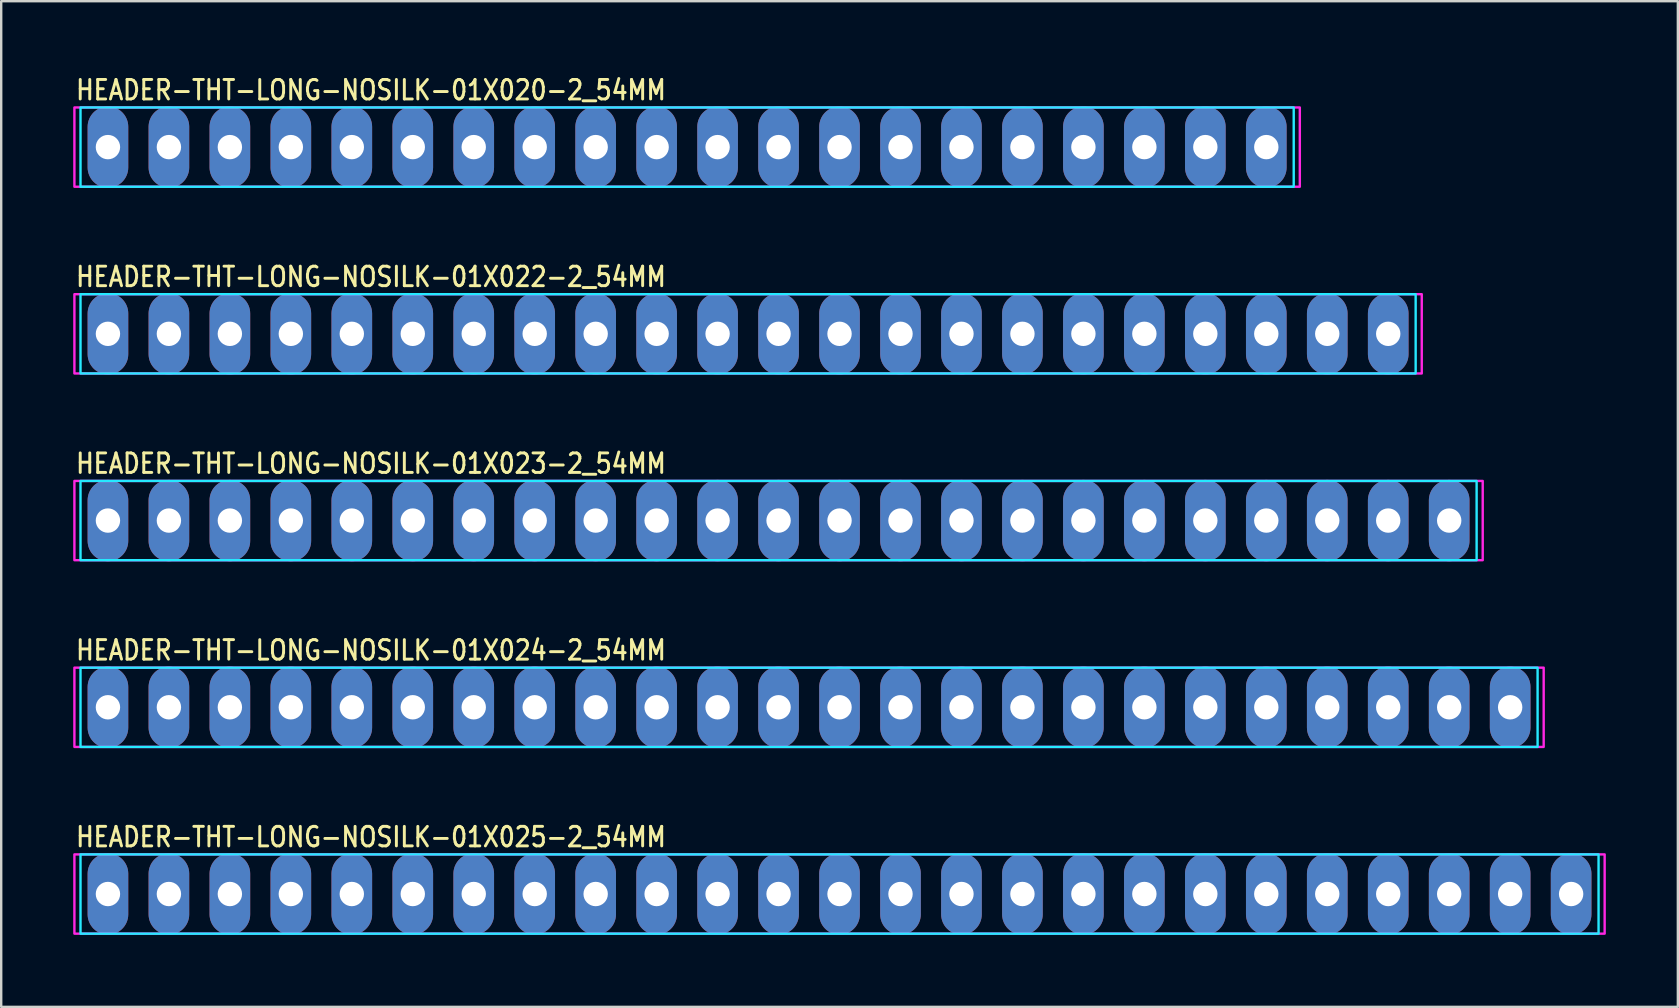
<source format=kicad_pcb>
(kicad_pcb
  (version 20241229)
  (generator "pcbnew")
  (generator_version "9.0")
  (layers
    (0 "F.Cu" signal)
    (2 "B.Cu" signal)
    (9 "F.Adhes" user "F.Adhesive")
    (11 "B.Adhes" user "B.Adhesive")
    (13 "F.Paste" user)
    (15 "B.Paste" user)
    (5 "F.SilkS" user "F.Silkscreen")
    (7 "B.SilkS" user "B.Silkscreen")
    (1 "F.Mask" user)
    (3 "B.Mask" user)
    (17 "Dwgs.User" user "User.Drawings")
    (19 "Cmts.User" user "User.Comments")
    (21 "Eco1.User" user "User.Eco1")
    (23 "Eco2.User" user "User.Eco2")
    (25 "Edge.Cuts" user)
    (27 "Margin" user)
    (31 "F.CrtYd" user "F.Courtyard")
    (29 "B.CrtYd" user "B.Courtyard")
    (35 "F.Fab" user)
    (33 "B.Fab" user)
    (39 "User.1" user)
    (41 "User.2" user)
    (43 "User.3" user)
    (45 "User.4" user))
  (footprint "HEADER-THT-LONG-NOSILK-01X023-2_54MM"
    (layer "F.Cu")
    (at 1.447 18.638)
    (property "Reference" "HEADER-THT-LONG-NOSILK-01X023-2_54MM" (at -1.4 -1.9 0) (unlocked yes) (layer "F.SilkS") (effects (font (size 0.813 0.695) (thickness 0.122)) (justify left bottom)))
    (fp_poly (pts (xy -1.143 -1.651) (xy 57.023 -1.651) (xy 57.023 1.651) (xy -1.143 1.651)) (stroke (width 0.1) (type solid)) (fill no) (layer "B.CrtYd"))
    (fp_poly (pts (xy -1.397 -1.651) (xy 57.277 -1.651) (xy 57.277 1.651) (xy -1.397 1.651)) (stroke (width 0.1) (type solid)) (fill no) (layer "F.CrtYd"))
    (pad "P$1" thru_hole oval (at 0 0 90) (size 3.387 1.693) (drill 1.016) (layers "*.Cu" "*.Mask"))
    (pad "P$2" thru_hole oval (at 2.54 0 90) (size 3.387 1.693) (drill 1.016) (layers "*.Cu" "*.Mask"))
    (pad "P$3" thru_hole oval (at 5.08 0 90) (size 3.387 1.693) (drill 1.016) (layers "*.Cu" "*.Mask"))
    (pad "P$4" thru_hole oval (at 7.62 0 90) (size 3.387 1.693) (drill 1.016) (layers "*.Cu" "*.Mask"))
    (pad "P$5" thru_hole oval (at 10.16 0 90) (size 3.387 1.693) (drill 1.016) (layers "*.Cu" "*.Mask"))
    (pad "P$6" thru_hole oval (at 12.7 0 90) (size 3.387 1.693) (drill 1.016) (layers "*.Cu" "*.Mask"))
    (pad "P$7" thru_hole oval (at 15.24 0 90) (size 3.387 1.693) (drill 1.016) (layers "*.Cu" "*.Mask"))
    (pad "P$8" thru_hole oval (at 17.78 0 90) (size 3.387 1.693) (drill 1.016) (layers "*.Cu" "*.Mask"))
    (pad "P$9" thru_hole oval (at 20.32 0 90) (size 3.387 1.693) (drill 1.016) (layers "*.Cu" "*.Mask"))
    (pad "P$10" thru_hole oval (at 22.86 0 90) (size 3.387 1.693) (drill 1.016) (layers "*.Cu" "*.Mask"))
    (pad "P$11" thru_hole oval (at 25.4 0 90) (size 3.387 1.693) (drill 1.016) (layers "*.Cu" "*.Mask"))
    (pad "P$12" thru_hole oval (at 27.94 0 90) (size 3.387 1.693) (drill 1.016) (layers "*.Cu" "*.Mask"))
    (pad "P$13" thru_hole oval (at 30.48 0 90) (size 3.387 1.693) (drill 1.016) (layers "*.Cu" "*.Mask"))
    (pad "P$14" thru_hole oval (at 33.02 0 90) (size 3.387 1.693) (drill 1.016) (layers "*.Cu" "*.Mask"))
    (pad "P$15" thru_hole oval (at 35.56 0 90) (size 3.387 1.693) (drill 1.016) (layers "*.Cu" "*.Mask"))
    (pad "P$16" thru_hole oval (at 38.1 0 90) (size 3.387 1.693) (drill 1.016) (layers "*.Cu" "*.Mask"))
    (pad "P$17" thru_hole oval (at 40.64 0 90) (size 3.387 1.693) (drill 1.016) (layers "*.Cu" "*.Mask"))
    (pad "P$18" thru_hole oval (at 43.18 0 90) (size 3.387 1.693) (drill 1.016) (layers "*.Cu" "*.Mask"))
    (pad "P$19" thru_hole oval (at 45.72 0 90) (size 3.387 1.693) (drill 1.016) (layers "*.Cu" "*.Mask"))
    (pad "P$20" thru_hole oval (at 48.26 0 90) (size 3.387 1.693) (drill 1.016) (layers "*.Cu" "*.Mask"))
    (pad "P$21" thru_hole oval (at 50.8 0 90) (size 3.387 1.693) (drill 1.016) (layers "*.Cu" "*.Mask"))
    (pad "P$22" thru_hole oval (at 53.34 0 90) (size 3.387 1.693) (drill 1.016) (layers "*.Cu" "*.Mask"))
    (pad "P$23" thru_hole oval (at 55.88 0 90) (size 3.387 1.693) (drill 1.016) (layers "*.Cu" "*.Mask")))
  (footprint "HEADER-THT-LONG-NOSILK-01X022-2_54MM"
    (layer "F.Cu")
    (at 1.447 10.858)
    (property "Reference" "HEADER-THT-LONG-NOSILK-01X022-2_54MM" (at -1.4 -1.9 0) (unlocked yes) (layer "F.SilkS") (effects (font (size 0.813 0.695) (thickness 0.122)) (justify left bottom)))
    (fp_poly (pts (xy -1.143 -1.651) (xy 54.483 -1.651) (xy 54.483 1.651) (xy -1.143 1.651)) (stroke (width 0.1) (type solid)) (fill no) (layer "B.CrtYd"))
    (fp_poly (pts (xy -1.397 -1.651) (xy 54.737 -1.651) (xy 54.737 1.651) (xy -1.397 1.651)) (stroke (width 0.1) (type solid)) (fill no) (layer "F.CrtYd"))
    (pad "P$1" thru_hole oval (at 0 0 90) (size 3.387 1.693) (drill 1.016) (layers "*.Cu" "*.Mask"))
    (pad "P$2" thru_hole oval (at 2.54 0 90) (size 3.387 1.693) (drill 1.016) (layers "*.Cu" "*.Mask"))
    (pad "P$3" thru_hole oval (at 5.08 0 90) (size 3.387 1.693) (drill 1.016) (layers "*.Cu" "*.Mask"))
    (pad "P$4" thru_hole oval (at 7.62 0 90) (size 3.387 1.693) (drill 1.016) (layers "*.Cu" "*.Mask"))
    (pad "P$5" thru_hole oval (at 10.16 0 90) (size 3.387 1.693) (drill 1.016) (layers "*.Cu" "*.Mask"))
    (pad "P$6" thru_hole oval (at 12.7 0 90) (size 3.387 1.693) (drill 1.016) (layers "*.Cu" "*.Mask"))
    (pad "P$7" thru_hole oval (at 15.24 0 90) (size 3.387 1.693) (drill 1.016) (layers "*.Cu" "*.Mask"))
    (pad "P$8" thru_hole oval (at 17.78 0 90) (size 3.387 1.693) (drill 1.016) (layers "*.Cu" "*.Mask"))
    (pad "P$9" thru_hole oval (at 20.32 0 90) (size 3.387 1.693) (drill 1.016) (layers "*.Cu" "*.Mask"))
    (pad "P$10" thru_hole oval (at 22.86 0 90) (size 3.387 1.693) (drill 1.016) (layers "*.Cu" "*.Mask"))
    (pad "P$11" thru_hole oval (at 25.4 0 90) (size 3.387 1.693) (drill 1.016) (layers "*.Cu" "*.Mask"))
    (pad "P$12" thru_hole oval (at 27.94 0 90) (size 3.387 1.693) (drill 1.016) (layers "*.Cu" "*.Mask"))
    (pad "P$13" thru_hole oval (at 30.48 0 90) (size 3.387 1.693) (drill 1.016) (layers "*.Cu" "*.Mask"))
    (pad "P$14" thru_hole oval (at 33.02 0 90) (size 3.387 1.693) (drill 1.016) (layers "*.Cu" "*.Mask"))
    (pad "P$15" thru_hole oval (at 35.56 0 90) (size 3.387 1.693) (drill 1.016) (layers "*.Cu" "*.Mask"))
    (pad "P$16" thru_hole oval (at 38.1 0 90) (size 3.387 1.693) (drill 1.016) (layers "*.Cu" "*.Mask"))
    (pad "P$17" thru_hole oval (at 40.64 0 90) (size 3.387 1.693) (drill 1.016) (layers "*.Cu" "*.Mask"))
    (pad "P$18" thru_hole oval (at 43.18 0 90) (size 3.387 1.693) (drill 1.016) (layers "*.Cu" "*.Mask"))
    (pad "P$19" thru_hole oval (at 45.72 0 90) (size 3.387 1.693) (drill 1.016) (layers "*.Cu" "*.Mask"))
    (pad "P$20" thru_hole oval (at 48.26 0 90) (size 3.387 1.693) (drill 1.016) (layers "*.Cu" "*.Mask"))
    (pad "P$21" thru_hole oval (at 50.8 0 90) (size 3.387 1.693) (drill 1.016) (layers "*.Cu" "*.Mask"))
    (pad "P$22" thru_hole oval (at 53.34 0 90) (size 3.387 1.693) (drill 1.016) (layers "*.Cu" "*.Mask")))
  (footprint "HEADER-THT-LONG-NOSILK-01X020-2_54MM"
    (layer "F.Cu")
    (at 1.447 3.079)
    (property "Reference" "HEADER-THT-LONG-NOSILK-01X020-2_54MM" (at -1.4 -1.9 0) (unlocked yes) (layer "F.SilkS") (effects (font (size 0.813 0.695) (thickness 0.122)) (justify left bottom)))
    (fp_poly (pts (xy -1.143 -1.651) (xy 49.403 -1.651) (xy 49.403 1.651) (xy -1.143 1.651)) (stroke (width 0.1) (type solid)) (fill no) (layer "B.CrtYd"))
    (fp_poly (pts (xy -1.397 -1.651) (xy 49.657 -1.651) (xy 49.657 1.651) (xy -1.397 1.651)) (stroke (width 0.1) (type solid)) (fill no) (layer "F.CrtYd"))
    (pad "P$1" thru_hole oval (at 0 0 90) (size 3.387 1.693) (drill 1.016) (layers "*.Cu" "*.Mask"))
    (pad "P$2" thru_hole oval (at 2.54 0 90) (size 3.387 1.693) (drill 1.016) (layers "*.Cu" "*.Mask"))
    (pad "P$3" thru_hole oval (at 5.08 0 90) (size 3.387 1.693) (drill 1.016) (layers "*.Cu" "*.Mask"))
    (pad "P$4" thru_hole oval (at 7.62 0 90) (size 3.387 1.693) (drill 1.016) (layers "*.Cu" "*.Mask"))
    (pad "P$5" thru_hole oval (at 10.16 0 90) (size 3.387 1.693) (drill 1.016) (layers "*.Cu" "*.Mask"))
    (pad "P$6" thru_hole oval (at 12.7 0 90) (size 3.387 1.693) (drill 1.016) (layers "*.Cu" "*.Mask"))
    (pad "P$7" thru_hole oval (at 15.24 0 90) (size 3.387 1.693) (drill 1.016) (layers "*.Cu" "*.Mask"))
    (pad "P$8" thru_hole oval (at 17.78 0 90) (size 3.387 1.693) (drill 1.016) (layers "*.Cu" "*.Mask"))
    (pad "P$9" thru_hole oval (at 20.32 0 90) (size 3.387 1.693) (drill 1.016) (layers "*.Cu" "*.Mask"))
    (pad "P$10" thru_hole oval (at 22.86 0 90) (size 3.387 1.693) (drill 1.016) (layers "*.Cu" "*.Mask"))
    (pad "P$11" thru_hole oval (at 25.4 0 90) (size 3.387 1.693) (drill 1.016) (layers "*.Cu" "*.Mask"))
    (pad "P$12" thru_hole oval (at 27.94 0 90) (size 3.387 1.693) (drill 1.016) (layers "*.Cu" "*.Mask"))
    (pad "P$13" thru_hole oval (at 30.48 0 90) (size 3.387 1.693) (drill 1.016) (layers "*.Cu" "*.Mask"))
    (pad "P$14" thru_hole oval (at 33.02 0 90) (size 3.387 1.693) (drill 1.016) (layers "*.Cu" "*.Mask"))
    (pad "P$15" thru_hole oval (at 35.56 0 90) (size 3.387 1.693) (drill 1.016) (layers "*.Cu" "*.Mask"))
    (pad "P$16" thru_hole oval (at 38.1 0 90) (size 3.387 1.693) (drill 1.016) (layers "*.Cu" "*.Mask"))
    (pad "P$17" thru_hole oval (at 40.64 0 90) (size 3.387 1.693) (drill 1.016) (layers "*.Cu" "*.Mask"))
    (pad "P$18" thru_hole oval (at 43.18 0 90) (size 3.387 1.693) (drill 1.016) (layers "*.Cu" "*.Mask"))
    (pad "P$19" thru_hole oval (at 45.72 0 90) (size 3.387 1.693) (drill 1.016) (layers "*.Cu" "*.Mask"))
    (pad "P$20" thru_hole oval (at 48.26 0 90) (size 3.387 1.693) (drill 1.016) (layers "*.Cu" "*.Mask")))
  (footprint "HEADER-THT-LONG-NOSILK-01X024-2_54MM"
    (layer "F.Cu")
    (at 1.447 26.417)
    (property "Reference" "HEADER-THT-LONG-NOSILK-01X024-2_54MM" (at -1.4 -1.9 0) (unlocked yes) (layer "F.SilkS") (effects (font (size 0.813 0.695) (thickness 0.122)) (justify left bottom)))
    (fp_poly (pts (xy -1.143 -1.651) (xy 59.563 -1.651) (xy 59.563 1.651) (xy -1.143 1.651)) (stroke (width 0.1) (type solid)) (fill no) (layer "B.CrtYd"))
    (fp_poly (pts (xy -1.397 -1.651) (xy 59.817 -1.651) (xy 59.817 1.651) (xy -1.397 1.651)) (stroke (width 0.1) (type solid)) (fill no) (layer "F.CrtYd"))
    (pad "P$1" thru_hole oval (at 0 0 90) (size 3.387 1.693) (drill 1.016) (layers "*.Cu" "*.Mask"))
    (pad "P$2" thru_hole oval (at 2.54 0 90) (size 3.387 1.693) (drill 1.016) (layers "*.Cu" "*.Mask"))
    (pad "P$3" thru_hole oval (at 5.08 0 90) (size 3.387 1.693) (drill 1.016) (layers "*.Cu" "*.Mask"))
    (pad "P$4" thru_hole oval (at 7.62 0 90) (size 3.387 1.693) (drill 1.016) (layers "*.Cu" "*.Mask"))
    (pad "P$5" thru_hole oval (at 10.16 0 90) (size 3.387 1.693) (drill 1.016) (layers "*.Cu" "*.Mask"))
    (pad "P$6" thru_hole oval (at 12.7 0 90) (size 3.387 1.693) (drill 1.016) (layers "*.Cu" "*.Mask"))
    (pad "P$7" thru_hole oval (at 15.24 0 90) (size 3.387 1.693) (drill 1.016) (layers "*.Cu" "*.Mask"))
    (pad "P$8" thru_hole oval (at 17.78 0 90) (size 3.387 1.693) (drill 1.016) (layers "*.Cu" "*.Mask"))
    (pad "P$9" thru_hole oval (at 20.32 0 90) (size 3.387 1.693) (drill 1.016) (layers "*.Cu" "*.Mask"))
    (pad "P$10" thru_hole oval (at 22.86 0 90) (size 3.387 1.693) (drill 1.016) (layers "*.Cu" "*.Mask"))
    (pad "P$11" thru_hole oval (at 25.4 0 90) (size 3.387 1.693) (drill 1.016) (layers "*.Cu" "*.Mask"))
    (pad "P$12" thru_hole oval (at 27.94 0 90) (size 3.387 1.693) (drill 1.016) (layers "*.Cu" "*.Mask"))
    (pad "P$13" thru_hole oval (at 30.48 0 90) (size 3.387 1.693) (drill 1.016) (layers "*.Cu" "*.Mask"))
    (pad "P$14" thru_hole oval (at 33.02 0 90) (size 3.387 1.693) (drill 1.016) (layers "*.Cu" "*.Mask"))
    (pad "P$15" thru_hole oval (at 35.56 0 90) (size 3.387 1.693) (drill 1.016) (layers "*.Cu" "*.Mask"))
    (pad "P$16" thru_hole oval (at 38.1 0 90) (size 3.387 1.693) (drill 1.016) (layers "*.Cu" "*.Mask"))
    (pad "P$17" thru_hole oval (at 40.64 0 90) (size 3.387 1.693) (drill 1.016) (layers "*.Cu" "*.Mask"))
    (pad "P$18" thru_hole oval (at 43.18 0 90) (size 3.387 1.693) (drill 1.016) (layers "*.Cu" "*.Mask"))
    (pad "P$19" thru_hole oval (at 45.72 0 90) (size 3.387 1.693) (drill 1.016) (layers "*.Cu" "*.Mask"))
    (pad "P$20" thru_hole oval (at 48.26 0 90) (size 3.387 1.693) (drill 1.016) (layers "*.Cu" "*.Mask"))
    (pad "P$21" thru_hole oval (at 50.8 0 90) (size 3.387 1.693) (drill 1.016) (layers "*.Cu" "*.Mask"))
    (pad "P$22" thru_hole oval (at 53.34 0 90) (size 3.387 1.693) (drill 1.016) (layers "*.Cu" "*.Mask"))
    (pad "P$23" thru_hole oval (at 55.88 0 90) (size 3.387 1.693) (drill 1.016) (layers "*.Cu" "*.Mask"))
    (pad "P$24" thru_hole oval (at 58.42 0 90) (size 3.387 1.693) (drill 1.016) (layers "*.Cu" "*.Mask")))
  (footprint "HEADER-THT-LONG-NOSILK-01X025-2_54MM"
    (layer "F.Cu")
    (at 1.447 34.197)
    (property "Reference" "HEADER-THT-LONG-NOSILK-01X025-2_54MM" (at -1.4 -1.9 0) (unlocked yes) (layer "F.SilkS") (effects (font (size 0.813 0.695) (thickness 0.122)) (justify left bottom)))
    (fp_poly (pts (xy -1.143 -1.651) (xy 62.103 -1.651) (xy 62.103 1.651) (xy -1.143 1.651)) (stroke (width 0.1) (type solid)) (fill no) (layer "B.CrtYd"))
    (fp_poly (pts (xy -1.397 -1.651) (xy 62.357 -1.651) (xy 62.357 1.651) (xy -1.397 1.651)) (stroke (width 0.1) (type solid)) (fill no) (layer "F.CrtYd"))
    (pad "P$1" thru_hole oval (at 0 0 90) (size 3.387 1.693) (drill 1.016) (layers "*.Cu" "*.Mask"))
    (pad "P$2" thru_hole oval (at 2.54 0 90) (size 3.387 1.693) (drill 1.016) (layers "*.Cu" "*.Mask"))
    (pad "P$3" thru_hole oval (at 5.08 0 90) (size 3.387 1.693) (drill 1.016) (layers "*.Cu" "*.Mask"))
    (pad "P$4" thru_hole oval (at 7.62 0 90) (size 3.387 1.693) (drill 1.016) (layers "*.Cu" "*.Mask"))
    (pad "P$5" thru_hole oval (at 10.16 0 90) (size 3.387 1.693) (drill 1.016) (layers "*.Cu" "*.Mask"))
    (pad "P$6" thru_hole oval (at 12.7 0 90) (size 3.387 1.693) (drill 1.016) (layers "*.Cu" "*.Mask"))
    (pad "P$7" thru_hole oval (at 15.24 0 90) (size 3.387 1.693) (drill 1.016) (layers "*.Cu" "*.Mask"))
    (pad "P$8" thru_hole oval (at 17.78 0 90) (size 3.387 1.693) (drill 1.016) (layers "*.Cu" "*.Mask"))
    (pad "P$9" thru_hole oval (at 20.32 0 90) (size 3.387 1.693) (drill 1.016) (layers "*.Cu" "*.Mask"))
    (pad "P$10" thru_hole oval (at 22.86 0 90) (size 3.387 1.693) (drill 1.016) (layers "*.Cu" "*.Mask"))
    (pad "P$11" thru_hole oval (at 25.4 0 90) (size 3.387 1.693) (drill 1.016) (layers "*.Cu" "*.Mask"))
    (pad "P$12" thru_hole oval (at 27.94 0 90) (size 3.387 1.693) (drill 1.016) (layers "*.Cu" "*.Mask"))
    (pad "P$13" thru_hole oval (at 30.48 0 90) (size 3.387 1.693) (drill 1.016) (layers "*.Cu" "*.Mask"))
    (pad "P$14" thru_hole oval (at 33.02 0 90) (size 3.387 1.693) (drill 1.016) (layers "*.Cu" "*.Mask"))
    (pad "P$15" thru_hole oval (at 35.56 0 90) (size 3.387 1.693) (drill 1.016) (layers "*.Cu" "*.Mask"))
    (pad "P$16" thru_hole oval (at 38.1 0 90) (size 3.387 1.693) (drill 1.016) (layers "*.Cu" "*.Mask"))
    (pad "P$17" thru_hole oval (at 40.64 0 90) (size 3.387 1.693) (drill 1.016) (layers "*.Cu" "*.Mask"))
    (pad "P$18" thru_hole oval (at 43.18 0 90) (size 3.387 1.693) (drill 1.016) (layers "*.Cu" "*.Mask"))
    (pad "P$19" thru_hole oval (at 45.72 0 90) (size 3.387 1.693) (drill 1.016) (layers "*.Cu" "*.Mask"))
    (pad "P$20" thru_hole oval (at 48.26 0 90) (size 3.387 1.693) (drill 1.016) (layers "*.Cu" "*.Mask"))
    (pad "P$21" thru_hole oval (at 50.8 0 90) (size 3.387 1.693) (drill 1.016) (layers "*.Cu" "*.Mask"))
    (pad "P$22" thru_hole oval (at 53.34 0 90) (size 3.387 1.693) (drill 1.016) (layers "*.Cu" "*.Mask"))
    (pad "P$23" thru_hole oval (at 55.88 0 90) (size 3.387 1.693) (drill 1.016) (layers "*.Cu" "*.Mask"))
    (pad "P$24" thru_hole oval (at 58.42 0 90) (size 3.387 1.693) (drill 1.016) (layers "*.Cu" "*.Mask"))
    (pad "P$25" thru_hole oval (at 60.96 0 90) (size 3.387 1.693) (drill 1.016) (layers "*.Cu" "*.Mask")))
  (gr_rect
    (start -3 -3)
    (end 66.854 38.898)
    (stroke (width 0.1) (type default))
    (fill no)
    (layer "Edge.Cuts")))
</source>
